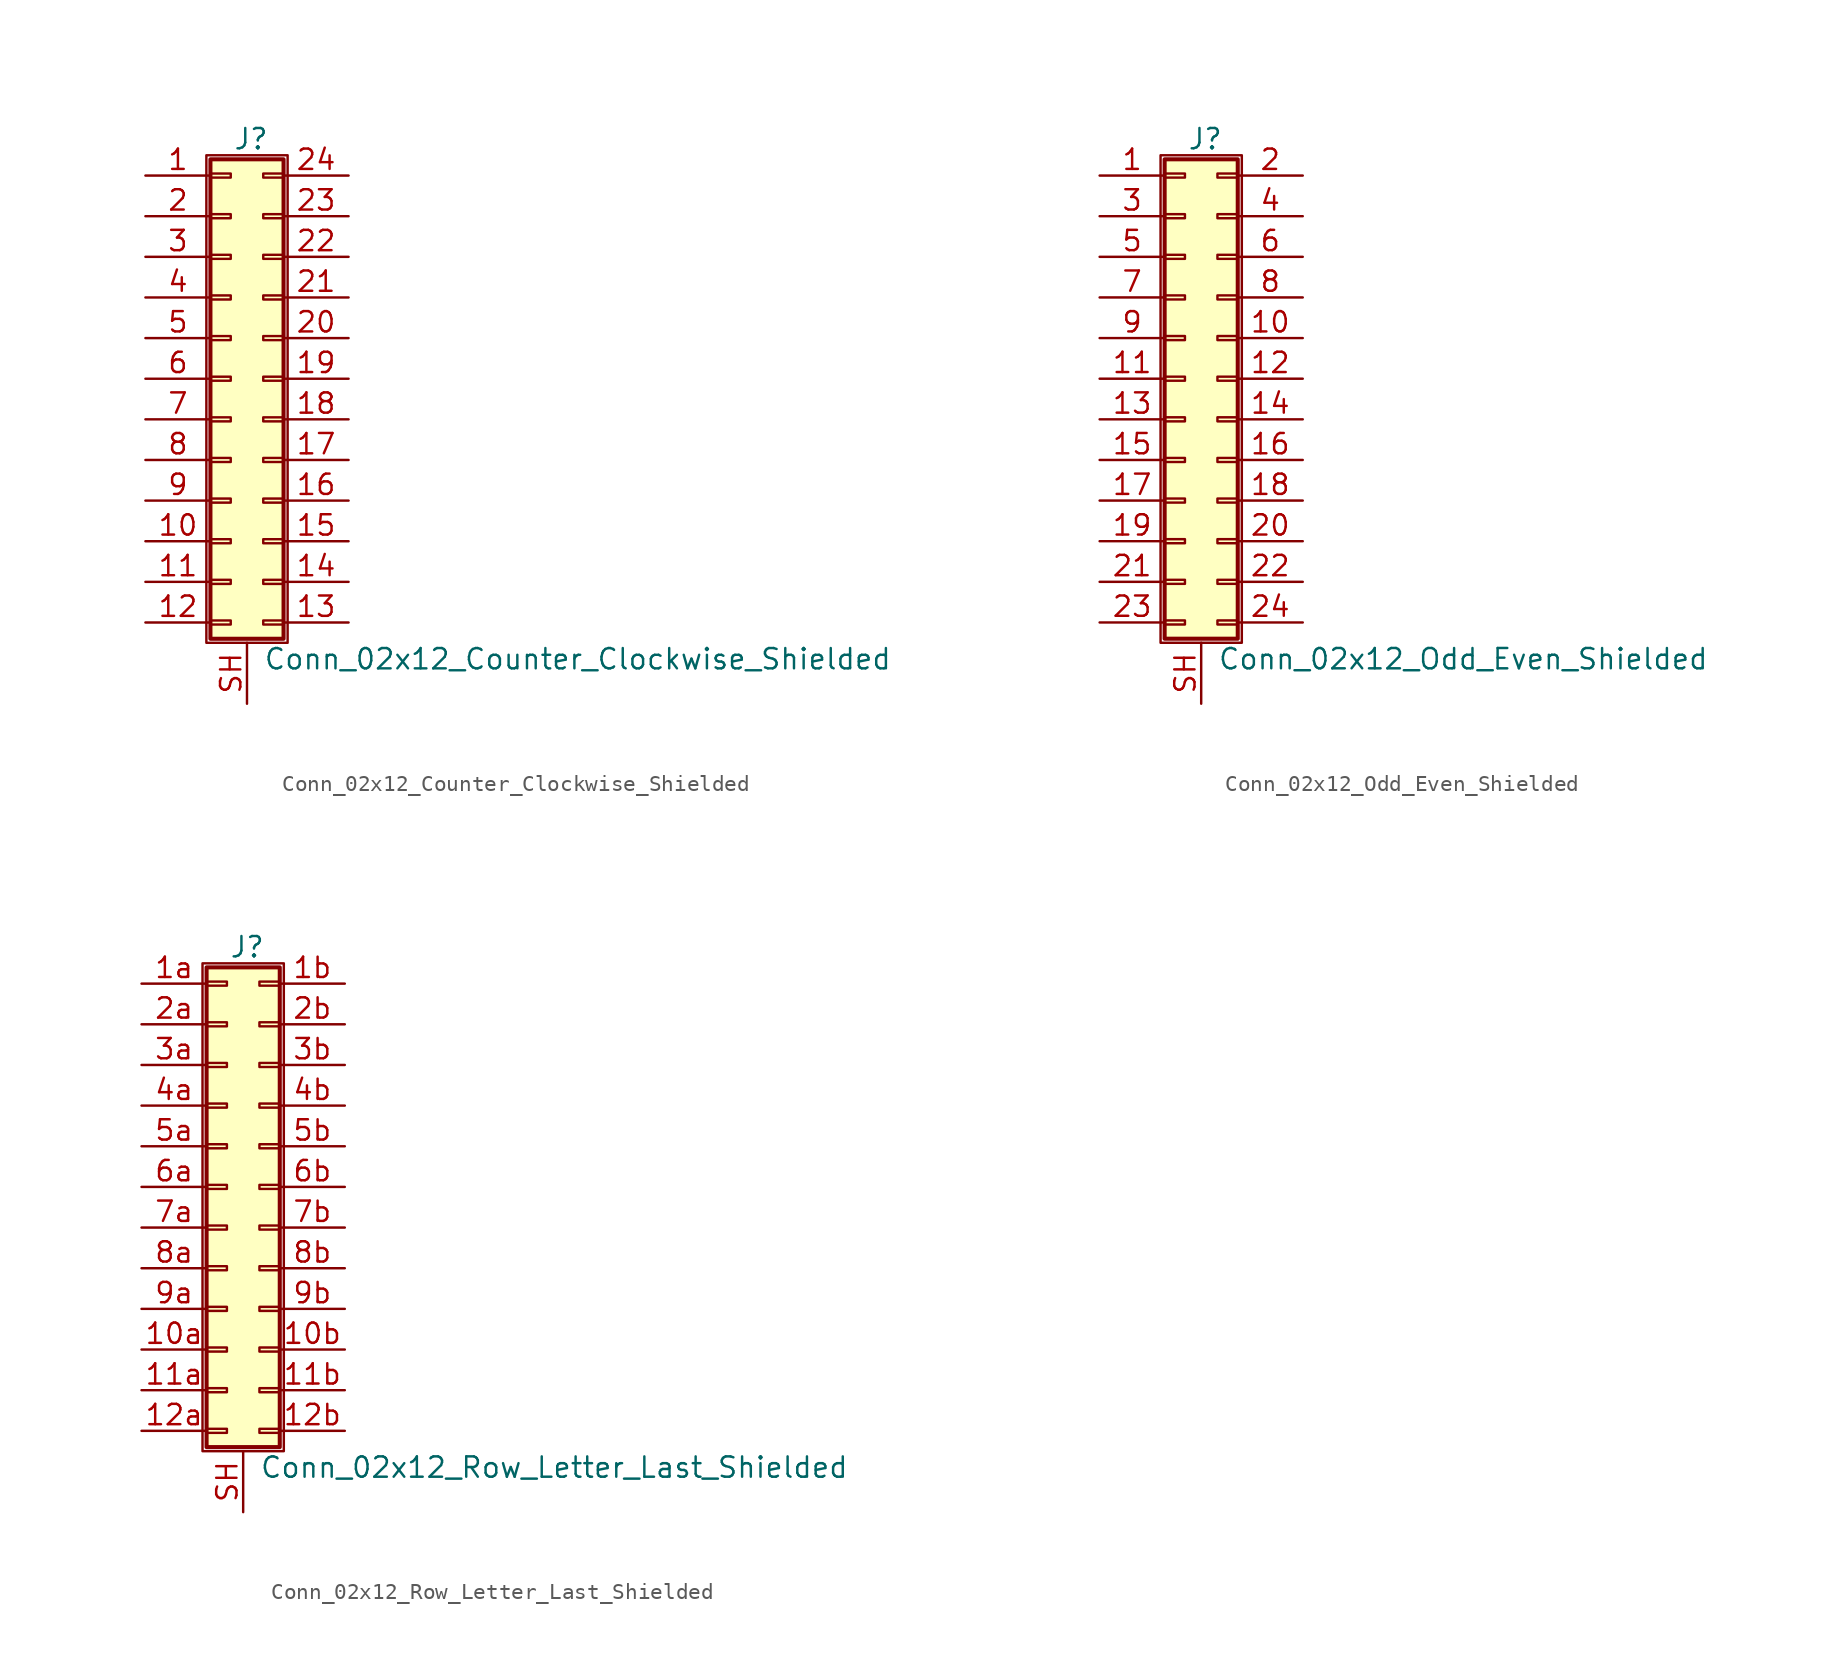
<source format=kicad_sym>
(kicad_symbol_lib
  (version 20201005)
  (generator kicad_symbol_editor)
  (symbol "Conn_02x12_Counter_Clockwise_Shielded"
    (pin_names
      (offset 1.016) hide)
    (property "Reference" "J"
      (at 1.524 14.986 0)
      (effects (font (size 1.27 1.27))))
    (property "Value" "Conn_02x12_Counter_Clockwise_Shielded"
      (at 2.286 -17.526 0)
      (effects (font (size 1.27 1.27)) (justify left)))
    (symbol "Conn_02x12_Counter_Clockwise_Shielded_1_1"
      (rectangle (start -1.27 13.97) (end 3.81 -16.51) (stroke (width 0.152)) (fill (type none)))
      (rectangle (start -1.016 -15.113) (end 0.254 -15.367) (stroke (width 0.152)) (fill (type none)))
      (rectangle (start -1.016 -12.573) (end 0.254 -12.827) (stroke (width 0.152)) (fill (type none)))
      (rectangle (start -1.016 -10.033) (end 0.254 -10.287) (stroke (width 0.152)) (fill (type none)))
      (rectangle (start -1.016 -7.493) (end 0.254 -7.747) (stroke (width 0.152)) (fill (type none)))
      (rectangle (start -1.016 -4.953) (end 0.254 -5.207) (stroke (width 0.152)) (fill (type none)))
      (rectangle (start -1.016 -2.413) (end 0.254 -2.667) (stroke (width 0.152)) (fill (type none)))
      (rectangle (start -1.016 0.127) (end 0.254 -0.127) (stroke (width 0.152)) (fill (type none)))
      (rectangle (start -1.016 2.667) (end 0.254 2.413) (stroke (width 0.152)) (fill (type none)))
      (rectangle (start -1.016 5.207) (end 0.254 4.953) (stroke (width 0.152)) (fill (type none)))
      (rectangle (start -1.016 7.747) (end 0.254 7.493) (stroke (width 0.152)) (fill (type none)))
      (rectangle (start -1.016 10.287) (end 0.254 10.033) (stroke (width 0.152)) (fill (type none)))
      (rectangle (start -1.016 12.827) (end 0.254 12.573) (stroke (width 0.152)) (fill (type none)))
      (rectangle (start -1.016 13.716) (end 3.556 -16.256) (stroke (width 0.254)) (fill (type background)))
      (rectangle (start 3.556 -15.113) (end 2.286 -15.367) (stroke (width 0.152)) (fill (type none)))
      (rectangle (start 3.556 -12.573) (end 2.286 -12.827) (stroke (width 0.152)) (fill (type none)))
      (rectangle (start 3.556 -10.033) (end 2.286 -10.287) (stroke (width 0.152)) (fill (type none)))
      (rectangle (start 3.556 -7.493) (end 2.286 -7.747) (stroke (width 0.152)) (fill (type none)))
      (rectangle (start 3.556 -4.953) (end 2.286 -5.207) (stroke (width 0.152)) (fill (type none)))
      (rectangle (start 3.556 -2.413) (end 2.286 -2.667) (stroke (width 0.152)) (fill (type none)))
      (rectangle (start 3.556 0.127) (end 2.286 -0.127) (stroke (width 0.152)) (fill (type none)))
      (rectangle (start 3.556 2.667) (end 2.286 2.413) (stroke (width 0.152)) (fill (type none)))
      (rectangle (start 3.556 5.207) (end 2.286 4.953) (stroke (width 0.152)) (fill (type none)))
      (rectangle (start 3.556 7.747) (end 2.286 7.493) (stroke (width 0.152)) (fill (type none)))
      (rectangle (start 3.556 10.287) (end 2.286 10.033) (stroke (width 0.152)) (fill (type none)))
      (rectangle (start 3.556 12.827) (end 2.286 12.573) (stroke (width 0.152)) (fill (type none)))
      (pin passive line (at -5.08 12.7 0) (length 4.064) (name "Pin_1" (effects (font (size 1.27 1.27)))) (number "1" (effects (font (size 1.27 1.27)))))
      (pin passive line (at -5.08 -10.16 0) (length 4.064) (name "Pin_10" (effects (font (size 1.27 1.27)))) (number "10" (effects (font (size 1.27 1.27)))))
      (pin passive line (at -5.08 -12.7 0) (length 4.064) (name "Pin_11" (effects (font (size 1.27 1.27)))) (number "11" (effects (font (size 1.27 1.27)))))
      (pin passive line (at -5.08 -15.24 0) (length 4.064) (name "Pin_12" (effects (font (size 1.27 1.27)))) (number "12" (effects (font (size 1.27 1.27)))))
      (pin passive line (at 7.62 -15.24 180) (length 4.064) (name "Pin_13" (effects (font (size 1.27 1.27)))) (number "13" (effects (font (size 1.27 1.27)))))
      (pin passive line (at 7.62 -12.7 180) (length 4.064) (name "Pin_14" (effects (font (size 1.27 1.27)))) (number "14" (effects (font (size 1.27 1.27)))))
      (pin passive line (at 7.62 -10.16 180) (length 4.064) (name "Pin_15" (effects (font (size 1.27 1.27)))) (number "15" (effects (font (size 1.27 1.27)))))
      (pin passive line (at 7.62 -7.62 180) (length 4.064) (name "Pin_16" (effects (font (size 1.27 1.27)))) (number "16" (effects (font (size 1.27 1.27)))))
      (pin passive line (at 7.62 -5.08 180) (length 4.064) (name "Pin_17" (effects (font (size 1.27 1.27)))) (number "17" (effects (font (size 1.27 1.27)))))
      (pin passive line (at 7.62 -2.54 180) (length 4.064) (name "Pin_18" (effects (font (size 1.27 1.27)))) (number "18" (effects (font (size 1.27 1.27)))))
      (pin passive line (at 7.62 0 180) (length 4.064) (name "Pin_19" (effects (font (size 1.27 1.27)))) (number "19" (effects (font (size 1.27 1.27)))))
      (pin passive line (at -5.08 10.16 0) (length 4.064) (name "Pin_2" (effects (font (size 1.27 1.27)))) (number "2" (effects (font (size 1.27 1.27)))))
      (pin passive line (at 7.62 2.54 180) (length 4.064) (name "Pin_20" (effects (font (size 1.27 1.27)))) (number "20" (effects (font (size 1.27 1.27)))))
      (pin passive line (at 7.62 5.08 180) (length 4.064) (name "Pin_21" (effects (font (size 1.27 1.27)))) (number "21" (effects (font (size 1.27 1.27)))))
      (pin passive line (at 7.62 7.62 180) (length 4.064) (name "Pin_22" (effects (font (size 1.27 1.27)))) (number "22" (effects (font (size 1.27 1.27)))))
      (pin passive line (at 7.62 10.16 180) (length 4.064) (name "Pin_23" (effects (font (size 1.27 1.27)))) (number "23" (effects (font (size 1.27 1.27)))))
      (pin passive line (at 7.62 12.7 180) (length 4.064) (name "Pin_24" (effects (font (size 1.27 1.27)))) (number "24" (effects (font (size 1.27 1.27)))))
      (pin passive line (at -5.08 7.62 0) (length 4.064) (name "Pin_3" (effects (font (size 1.27 1.27)))) (number "3" (effects (font (size 1.27 1.27)))))
      (pin passive line (at -5.08 5.08 0) (length 4.064) (name "Pin_4" (effects (font (size 1.27 1.27)))) (number "4" (effects (font (size 1.27 1.27)))))
      (pin passive line (at -5.08 2.54 0) (length 4.064) (name "Pin_5" (effects (font (size 1.27 1.27)))) (number "5" (effects (font (size 1.27 1.27)))))
      (pin passive line (at -5.08 0 0) (length 4.064) (name "Pin_6" (effects (font (size 1.27 1.27)))) (number "6" (effects (font (size 1.27 1.27)))))
      (pin passive line (at -5.08 -2.54 0) (length 4.064) (name "Pin_7" (effects (font (size 1.27 1.27)))) (number "7" (effects (font (size 1.27 1.27)))))
      (pin passive line (at -5.08 -5.08 0) (length 4.064) (name "Pin_8" (effects (font (size 1.27 1.27)))) (number "8" (effects (font (size 1.27 1.27)))))
      (pin passive line (at -5.08 -7.62 0) (length 4.064) (name "Pin_9" (effects (font (size 1.27 1.27)))) (number "9" (effects (font (size 1.27 1.27)))))
      (pin passive line (at 1.27 -20.32 90) (length 3.81) (name "Shield" (effects (font (size 1.27 1.27)))) (number "SH" (effects (font (size 1.27 1.27)))))))
  (symbol "Conn_02x12_Odd_Even_Shielded"
    (pin_names
      (offset 1.016) hide)
    (property "Reference" "J"
      (at 1.524 14.986 0)
      (effects (font (size 1.27 1.27))))
    (property "Value" "Conn_02x12_Odd_Even_Shielded"
      (at 2.286 -17.526 0)
      (effects (font (size 1.27 1.27)) (justify left)))
    (symbol "Conn_02x12_Odd_Even_Shielded_1_1"
      (rectangle (start -1.27 13.97) (end 3.81 -16.51) (stroke (width 0.152)) (fill (type none)))
      (rectangle (start -1.016 -15.113) (end 0.254 -15.367) (stroke (width 0.152)) (fill (type none)))
      (rectangle (start -1.016 -12.573) (end 0.254 -12.827) (stroke (width 0.152)) (fill (type none)))
      (rectangle (start -1.016 -10.033) (end 0.254 -10.287) (stroke (width 0.152)) (fill (type none)))
      (rectangle (start -1.016 -7.493) (end 0.254 -7.747) (stroke (width 0.152)) (fill (type none)))
      (rectangle (start -1.016 -4.953) (end 0.254 -5.207) (stroke (width 0.152)) (fill (type none)))
      (rectangle (start -1.016 -2.413) (end 0.254 -2.667) (stroke (width 0.152)) (fill (type none)))
      (rectangle (start -1.016 0.127) (end 0.254 -0.127) (stroke (width 0.152)) (fill (type none)))
      (rectangle (start -1.016 2.667) (end 0.254 2.413) (stroke (width 0.152)) (fill (type none)))
      (rectangle (start -1.016 5.207) (end 0.254 4.953) (stroke (width 0.152)) (fill (type none)))
      (rectangle (start -1.016 7.747) (end 0.254 7.493) (stroke (width 0.152)) (fill (type none)))
      (rectangle (start -1.016 10.287) (end 0.254 10.033) (stroke (width 0.152)) (fill (type none)))
      (rectangle (start -1.016 12.827) (end 0.254 12.573) (stroke (width 0.152)) (fill (type none)))
      (rectangle (start -1.016 13.716) (end 3.556 -16.256) (stroke (width 0.254)) (fill (type background)))
      (rectangle (start 3.556 -15.113) (end 2.286 -15.367) (stroke (width 0.152)) (fill (type none)))
      (rectangle (start 3.556 -12.573) (end 2.286 -12.827) (stroke (width 0.152)) (fill (type none)))
      (rectangle (start 3.556 -10.033) (end 2.286 -10.287) (stroke (width 0.152)) (fill (type none)))
      (rectangle (start 3.556 -7.493) (end 2.286 -7.747) (stroke (width 0.152)) (fill (type none)))
      (rectangle (start 3.556 -4.953) (end 2.286 -5.207) (stroke (width 0.152)) (fill (type none)))
      (rectangle (start 3.556 -2.413) (end 2.286 -2.667) (stroke (width 0.152)) (fill (type none)))
      (rectangle (start 3.556 0.127) (end 2.286 -0.127) (stroke (width 0.152)) (fill (type none)))
      (rectangle (start 3.556 2.667) (end 2.286 2.413) (stroke (width 0.152)) (fill (type none)))
      (rectangle (start 3.556 5.207) (end 2.286 4.953) (stroke (width 0.152)) (fill (type none)))
      (rectangle (start 3.556 7.747) (end 2.286 7.493) (stroke (width 0.152)) (fill (type none)))
      (rectangle (start 3.556 10.287) (end 2.286 10.033) (stroke (width 0.152)) (fill (type none)))
      (rectangle (start 3.556 12.827) (end 2.286 12.573) (stroke (width 0.152)) (fill (type none)))
      (pin passive line (at -5.08 12.7 0) (length 4.064) (name "Pin_1" (effects (font (size 1.27 1.27)))) (number "1" (effects (font (size 1.27 1.27)))))
      (pin passive line (at 7.62 2.54 180) (length 4.064) (name "Pin_10" (effects (font (size 1.27 1.27)))) (number "10" (effects (font (size 1.27 1.27)))))
      (pin passive line (at -5.08 0 0) (length 4.064) (name "Pin_11" (effects (font (size 1.27 1.27)))) (number "11" (effects (font (size 1.27 1.27)))))
      (pin passive line (at 7.62 0 180) (length 4.064) (name "Pin_12" (effects (font (size 1.27 1.27)))) (number "12" (effects (font (size 1.27 1.27)))))
      (pin passive line (at -5.08 -2.54 0) (length 4.064) (name "Pin_13" (effects (font (size 1.27 1.27)))) (number "13" (effects (font (size 1.27 1.27)))))
      (pin passive line (at 7.62 -2.54 180) (length 4.064) (name "Pin_14" (effects (font (size 1.27 1.27)))) (number "14" (effects (font (size 1.27 1.27)))))
      (pin passive line (at -5.08 -5.08 0) (length 4.064) (name "Pin_15" (effects (font (size 1.27 1.27)))) (number "15" (effects (font (size 1.27 1.27)))))
      (pin passive line (at 7.62 -5.08 180) (length 4.064) (name "Pin_16" (effects (font (size 1.27 1.27)))) (number "16" (effects (font (size 1.27 1.27)))))
      (pin passive line (at -5.08 -7.62 0) (length 4.064) (name "Pin_17" (effects (font (size 1.27 1.27)))) (number "17" (effects (font (size 1.27 1.27)))))
      (pin passive line (at 7.62 -7.62 180) (length 4.064) (name "Pin_18" (effects (font (size 1.27 1.27)))) (number "18" (effects (font (size 1.27 1.27)))))
      (pin passive line (at -5.08 -10.16 0) (length 4.064) (name "Pin_19" (effects (font (size 1.27 1.27)))) (number "19" (effects (font (size 1.27 1.27)))))
      (pin passive line (at 7.62 12.7 180) (length 4.064) (name "Pin_2" (effects (font (size 1.27 1.27)))) (number "2" (effects (font (size 1.27 1.27)))))
      (pin passive line (at 7.62 -10.16 180) (length 4.064) (name "Pin_20" (effects (font (size 1.27 1.27)))) (number "20" (effects (font (size 1.27 1.27)))))
      (pin passive line (at -5.08 -12.7 0) (length 4.064) (name "Pin_21" (effects (font (size 1.27 1.27)))) (number "21" (effects (font (size 1.27 1.27)))))
      (pin passive line (at 7.62 -12.7 180) (length 4.064) (name "Pin_22" (effects (font (size 1.27 1.27)))) (number "22" (effects (font (size 1.27 1.27)))))
      (pin passive line (at -5.08 -15.24 0) (length 4.064) (name "Pin_23" (effects (font (size 1.27 1.27)))) (number "23" (effects (font (size 1.27 1.27)))))
      (pin passive line (at 7.62 -15.24 180) (length 4.064) (name "Pin_24" (effects (font (size 1.27 1.27)))) (number "24" (effects (font (size 1.27 1.27)))))
      (pin passive line (at -5.08 10.16 0) (length 4.064) (name "Pin_3" (effects (font (size 1.27 1.27)))) (number "3" (effects (font (size 1.27 1.27)))))
      (pin passive line (at 7.62 10.16 180) (length 4.064) (name "Pin_4" (effects (font (size 1.27 1.27)))) (number "4" (effects (font (size 1.27 1.27)))))
      (pin passive line (at -5.08 7.62 0) (length 4.064) (name "Pin_5" (effects (font (size 1.27 1.27)))) (number "5" (effects (font (size 1.27 1.27)))))
      (pin passive line (at 7.62 7.62 180) (length 4.064) (name "Pin_6" (effects (font (size 1.27 1.27)))) (number "6" (effects (font (size 1.27 1.27)))))
      (pin passive line (at -5.08 5.08 0) (length 4.064) (name "Pin_7" (effects (font (size 1.27 1.27)))) (number "7" (effects (font (size 1.27 1.27)))))
      (pin passive line (at 7.62 5.08 180) (length 4.064) (name "Pin_8" (effects (font (size 1.27 1.27)))) (number "8" (effects (font (size 1.27 1.27)))))
      (pin passive line (at -5.08 2.54 0) (length 4.064) (name "Pin_9" (effects (font (size 1.27 1.27)))) (number "9" (effects (font (size 1.27 1.27)))))
      (pin passive line (at 1.27 -20.32 90) (length 3.81) (name "Shield" (effects (font (size 1.27 1.27)))) (number "SH" (effects (font (size 1.27 1.27)))))))
  (symbol "Conn_02x12_Row_Letter_Last_Shielded"
    (pin_names
      (offset 1.016) hide)
    (property "Reference" "J"
      (at 1.524 14.986 0)
      (effects (font (size 1.27 1.27))))
    (property "Value" "Conn_02x12_Row_Letter_Last_Shielded"
      (at 2.286 -17.526 0)
      (effects (font (size 1.27 1.27)) (justify left)))
    (symbol "Conn_02x12_Row_Letter_Last_Shielded_1_1"
      (rectangle (start -1.27 13.97) (end 3.81 -16.51) (stroke (width 0.152)) (fill (type none)))
      (rectangle (start -1.016 -15.113) (end 0.254 -15.367) (stroke (width 0.152)) (fill (type none)))
      (rectangle (start -1.016 -12.573) (end 0.254 -12.827) (stroke (width 0.152)) (fill (type none)))
      (rectangle (start -1.016 -10.033) (end 0.254 -10.287) (stroke (width 0.152)) (fill (type none)))
      (rectangle (start -1.016 -7.493) (end 0.254 -7.747) (stroke (width 0.152)) (fill (type none)))
      (rectangle (start -1.016 -4.953) (end 0.254 -5.207) (stroke (width 0.152)) (fill (type none)))
      (rectangle (start -1.016 -2.413) (end 0.254 -2.667) (stroke (width 0.152)) (fill (type none)))
      (rectangle (start -1.016 0.127) (end 0.254 -0.127) (stroke (width 0.152)) (fill (type none)))
      (rectangle (start -1.016 2.667) (end 0.254 2.413) (stroke (width 0.152)) (fill (type none)))
      (rectangle (start -1.016 5.207) (end 0.254 4.953) (stroke (width 0.152)) (fill (type none)))
      (rectangle (start -1.016 7.747) (end 0.254 7.493) (stroke (width 0.152)) (fill (type none)))
      (rectangle (start -1.016 10.287) (end 0.254 10.033) (stroke (width 0.152)) (fill (type none)))
      (rectangle (start -1.016 12.827) (end 0.254 12.573) (stroke (width 0.152)) (fill (type none)))
      (rectangle (start -1.016 13.716) (end 3.556 -16.256) (stroke (width 0.254)) (fill (type background)))
      (rectangle (start 3.556 -15.113) (end 2.286 -15.367) (stroke (width 0.152)) (fill (type none)))
      (rectangle (start 3.556 -12.573) (end 2.286 -12.827) (stroke (width 0.152)) (fill (type none)))
      (rectangle (start 3.556 -10.033) (end 2.286 -10.287) (stroke (width 0.152)) (fill (type none)))
      (rectangle (start 3.556 -7.493) (end 2.286 -7.747) (stroke (width 0.152)) (fill (type none)))
      (rectangle (start 3.556 -4.953) (end 2.286 -5.207) (stroke (width 0.152)) (fill (type none)))
      (rectangle (start 3.556 -2.413) (end 2.286 -2.667) (stroke (width 0.152)) (fill (type none)))
      (rectangle (start 3.556 0.127) (end 2.286 -0.127) (stroke (width 0.152)) (fill (type none)))
      (rectangle (start 3.556 2.667) (end 2.286 2.413) (stroke (width 0.152)) (fill (type none)))
      (rectangle (start 3.556 5.207) (end 2.286 4.953) (stroke (width 0.152)) (fill (type none)))
      (rectangle (start 3.556 7.747) (end 2.286 7.493) (stroke (width 0.152)) (fill (type none)))
      (rectangle (start 3.556 10.287) (end 2.286 10.033) (stroke (width 0.152)) (fill (type none)))
      (rectangle (start 3.556 12.827) (end 2.286 12.573) (stroke (width 0.152)) (fill (type none)))
      (pin passive line (at -5.08 -10.16 0) (length 4.064) (name "Pin_10a" (effects (font (size 1.27 1.27)))) (number "10a" (effects (font (size 1.27 1.27)))))
      (pin passive line (at 7.62 -10.16 180) (length 4.064) (name "Pin_10b" (effects (font (size 1.27 1.27)))) (number "10b" (effects (font (size 1.27 1.27)))))
      (pin passive line (at -5.08 -12.7 0) (length 4.064) (name "Pin_11a" (effects (font (size 1.27 1.27)))) (number "11a" (effects (font (size 1.27 1.27)))))
      (pin passive line (at 7.62 -12.7 180) (length 4.064) (name "Pin_11b" (effects (font (size 1.27 1.27)))) (number "11b" (effects (font (size 1.27 1.27)))))
      (pin passive line (at -5.08 -15.24 0) (length 4.064) (name "Pin_12a" (effects (font (size 1.27 1.27)))) (number "12a" (effects (font (size 1.27 1.27)))))
      (pin passive line (at 7.62 -15.24 180) (length 4.064) (name "Pin_12b" (effects (font (size 1.27 1.27)))) (number "12b" (effects (font (size 1.27 1.27)))))
      (pin passive line (at -5.08 12.7 0) (length 4.064) (name "Pin_1a" (effects (font (size 1.27 1.27)))) (number "1a" (effects (font (size 1.27 1.27)))))
      (pin passive line (at 7.62 12.7 180) (length 4.064) (name "Pin_1b" (effects (font (size 1.27 1.27)))) (number "1b" (effects (font (size 1.27 1.27)))))
      (pin passive line (at -5.08 10.16 0) (length 4.064) (name "Pin_2a" (effects (font (size 1.27 1.27)))) (number "2a" (effects (font (size 1.27 1.27)))))
      (pin passive line (at 7.62 10.16 180) (length 4.064) (name "Pin_2b" (effects (font (size 1.27 1.27)))) (number "2b" (effects (font (size 1.27 1.27)))))
      (pin passive line (at -5.08 7.62 0) (length 4.064) (name "Pin_3a" (effects (font (size 1.27 1.27)))) (number "3a" (effects (font (size 1.27 1.27)))))
      (pin passive line (at 7.62 7.62 180) (length 4.064) (name "Pin_3b" (effects (font (size 1.27 1.27)))) (number "3b" (effects (font (size 1.27 1.27)))))
      (pin passive line (at -5.08 5.08 0) (length 4.064) (name "Pin_4a" (effects (font (size 1.27 1.27)))) (number "4a" (effects (font (size 1.27 1.27)))))
      (pin passive line (at 7.62 5.08 180) (length 4.064) (name "Pin_4b" (effects (font (size 1.27 1.27)))) (number "4b" (effects (font (size 1.27 1.27)))))
      (pin passive line (at -5.08 2.54 0) (length 4.064) (name "Pin_5a" (effects (font (size 1.27 1.27)))) (number "5a" (effects (font (size 1.27 1.27)))))
      (pin passive line (at 7.62 2.54 180) (length 4.064) (name "Pin_5b" (effects (font (size 1.27 1.27)))) (number "5b" (effects (font (size 1.27 1.27)))))
      (pin passive line (at -5.08 0 0) (length 4.064) (name "Pin_6a" (effects (font (size 1.27 1.27)))) (number "6a" (effects (font (size 1.27 1.27)))))
      (pin passive line (at 7.62 0 180) (length 4.064) (name "Pin_6b" (effects (font (size 1.27 1.27)))) (number "6b" (effects (font (size 1.27 1.27)))))
      (pin passive line (at -5.08 -2.54 0) (length 4.064) (name "Pin_7a" (effects (font (size 1.27 1.27)))) (number "7a" (effects (font (size 1.27 1.27)))))
      (pin passive line (at 7.62 -2.54 180) (length 4.064) (name "Pin_7b" (effects (font (size 1.27 1.27)))) (number "7b" (effects (font (size 1.27 1.27)))))
      (pin passive line (at -5.08 -5.08 0) (length 4.064) (name "Pin_8a" (effects (font (size 1.27 1.27)))) (number "8a" (effects (font (size 1.27 1.27)))))
      (pin passive line (at 7.62 -5.08 180) (length 4.064) (name "Pin_8b" (effects (font (size 1.27 1.27)))) (number "8b" (effects (font (size 1.27 1.27)))))
      (pin passive line (at -5.08 -7.62 0) (length 4.064) (name "Pin_9a" (effects (font (size 1.27 1.27)))) (number "9a" (effects (font (size 1.27 1.27)))))
      (pin passive line (at 7.62 -7.62 180) (length 4.064) (name "Pin_9b" (effects (font (size 1.27 1.27)))) (number "9b" (effects (font (size 1.27 1.27)))))
      (pin passive line (at 1.27 -20.32 90) (length 3.81) (name "Shield" (effects (font (size 1.27 1.27)))) (number "SH" (effects (font (size 1.27 1.27))))))))
</source>
